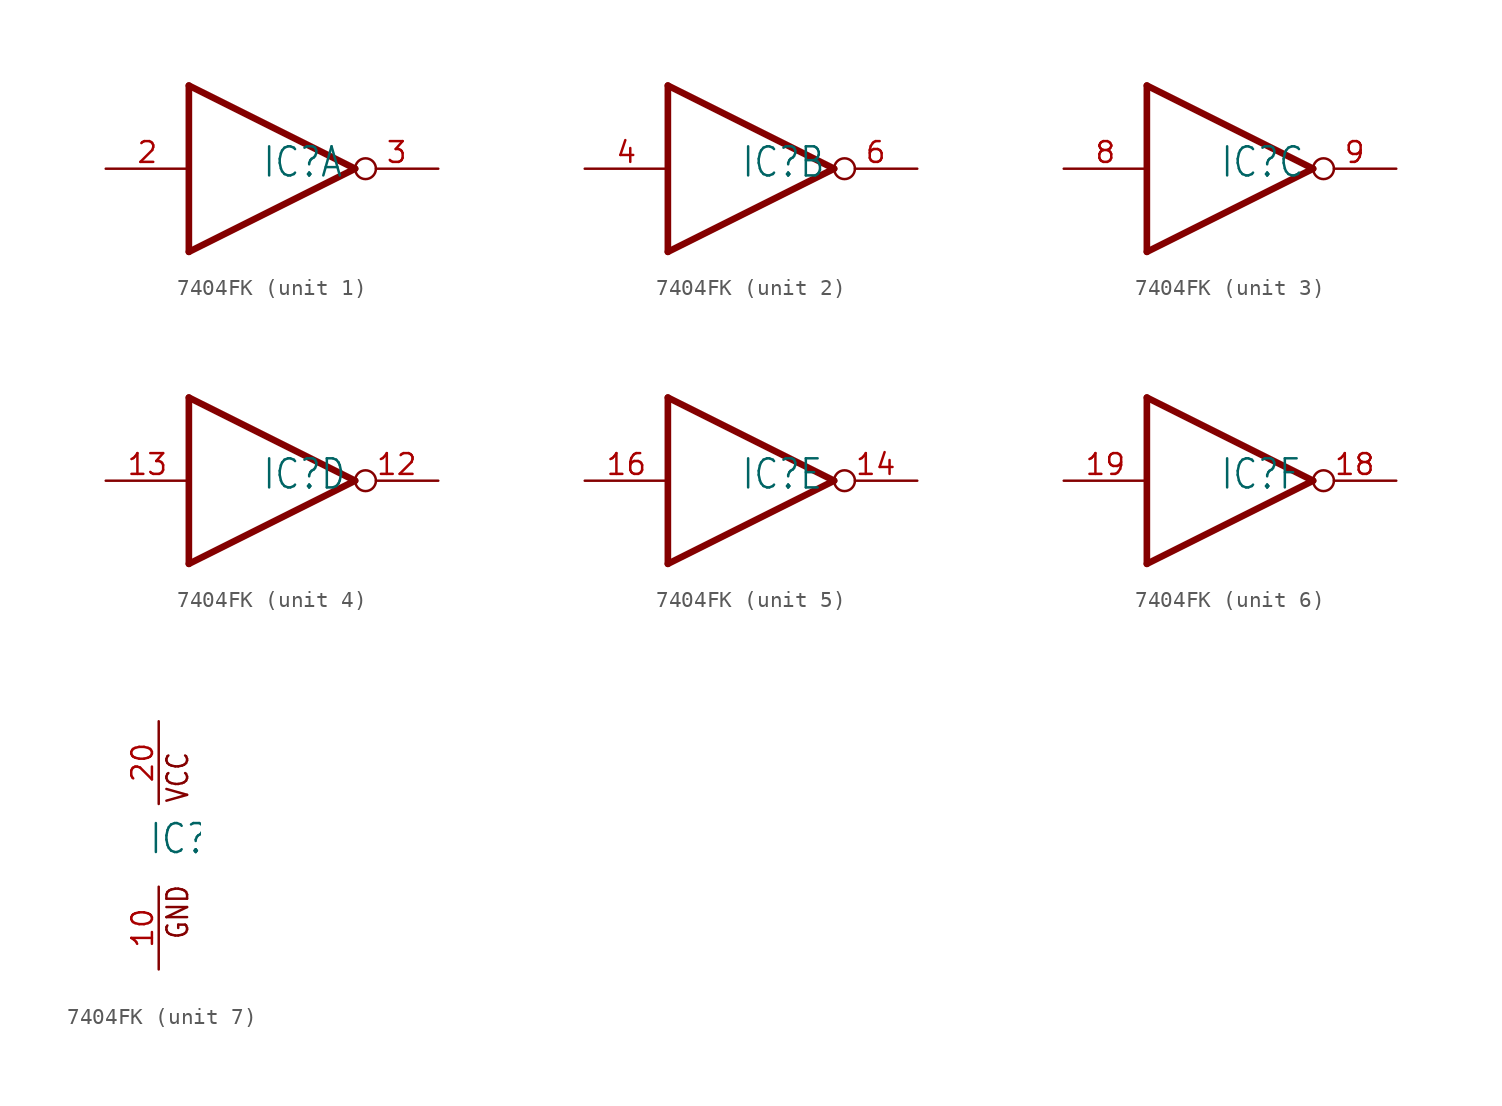
<source format=kicad_sym>
(kicad_symbol_lib
  (version 20211014)
  (generator kicad_symbol_editor)
  (symbol "7404FK"
    (property "Reference" "IC"
      (at -0.635 -0.635 0)
      (effects (font (size 1.778 1.511)) (justify left bottom)))
    (property "ki_locked" ""
      (at 0 0 0)
      (effects (font (size 1.27 1.27))))
    (symbol "7404FK_1_0"
      (polyline (pts (xy -5.08 -5.08) (xy -5.08 5.08)) (stroke (width 0.406) (type default) (color 0 0 0 0)) (fill (type none)))
      (polyline (pts (xy -5.08 5.08) (xy 5.08 0)) (stroke (width 0.406) (type default) (color 0 0 0 0)) (fill (type none)))
      (polyline (pts (xy 5.08 0) (xy -5.08 -5.08)) (stroke (width 0.406) (type default) (color 0 0 0 0)) (fill (type none)))
      (pin input line (at -10.16 0 0) (length 5.08) (name "I" (effects (font (size 0 0)))) (number "2" (effects (font (size 1.27 1.27)))))
      (pin output inverted (at 10.16 0 180) (length 5.08) (name "O" (effects (font (size 0 0)))) (number "3" (effects (font (size 1.27 1.27))))))
    (symbol "7404FK_2_0"
      (polyline (pts (xy -5.08 -5.08) (xy -5.08 5.08)) (stroke (width 0.406) (type default) (color 0 0 0 0)) (fill (type none)))
      (polyline (pts (xy -5.08 5.08) (xy 5.08 0)) (stroke (width 0.406) (type default) (color 0 0 0 0)) (fill (type none)))
      (polyline (pts (xy 5.08 0) (xy -5.08 -5.08)) (stroke (width 0.406) (type default) (color 0 0 0 0)) (fill (type none)))
      (pin input line (at -10.16 0 0) (length 5.08) (name "I" (effects (font (size 0 0)))) (number "4" (effects (font (size 1.27 1.27)))))
      (pin output inverted (at 10.16 0 180) (length 5.08) (name "O" (effects (font (size 0 0)))) (number "6" (effects (font (size 1.27 1.27))))))
    (symbol "7404FK_3_0"
      (polyline (pts (xy -5.08 -5.08) (xy -5.08 5.08)) (stroke (width 0.406) (type default) (color 0 0 0 0)) (fill (type none)))
      (polyline (pts (xy -5.08 5.08) (xy 5.08 0)) (stroke (width 0.406) (type default) (color 0 0 0 0)) (fill (type none)))
      (polyline (pts (xy 5.08 0) (xy -5.08 -5.08)) (stroke (width 0.406) (type default) (color 0 0 0 0)) (fill (type none)))
      (pin input line (at -10.16 0 0) (length 5.08) (name "I" (effects (font (size 0 0)))) (number "8" (effects (font (size 1.27 1.27)))))
      (pin output inverted (at 10.16 0 180) (length 5.08) (name "O" (effects (font (size 0 0)))) (number "9" (effects (font (size 1.27 1.27))))))
    (symbol "7404FK_4_0"
      (polyline (pts (xy -5.08 -5.08) (xy -5.08 5.08)) (stroke (width 0.406) (type default) (color 0 0 0 0)) (fill (type none)))
      (polyline (pts (xy -5.08 5.08) (xy 5.08 0)) (stroke (width 0.406) (type default) (color 0 0 0 0)) (fill (type none)))
      (polyline (pts (xy 5.08 0) (xy -5.08 -5.08)) (stroke (width 0.406) (type default) (color 0 0 0 0)) (fill (type none)))
      (pin output inverted (at 10.16 0 180) (length 5.08) (name "O" (effects (font (size 0 0)))) (number "12" (effects (font (size 1.27 1.27)))))
      (pin input line (at -10.16 0 0) (length 5.08) (name "I" (effects (font (size 0 0)))) (number "13" (effects (font (size 1.27 1.27))))))
    (symbol "7404FK_5_0"
      (polyline (pts (xy -5.08 -5.08) (xy -5.08 5.08)) (stroke (width 0.406) (type default) (color 0 0 0 0)) (fill (type none)))
      (polyline (pts (xy -5.08 5.08) (xy 5.08 0)) (stroke (width 0.406) (type default) (color 0 0 0 0)) (fill (type none)))
      (polyline (pts (xy 5.08 0) (xy -5.08 -5.08)) (stroke (width 0.406) (type default) (color 0 0 0 0)) (fill (type none)))
      (pin output inverted (at 10.16 0 180) (length 5.08) (name "O" (effects (font (size 0 0)))) (number "14" (effects (font (size 1.27 1.27)))))
      (pin input line (at -10.16 0 0) (length 5.08) (name "I" (effects (font (size 0 0)))) (number "16" (effects (font (size 1.27 1.27))))))
    (symbol "7404FK_6_0"
      (polyline (pts (xy -5.08 -5.08) (xy -5.08 5.08)) (stroke (width 0.406) (type default) (color 0 0 0 0)) (fill (type none)))
      (polyline (pts (xy -5.08 5.08) (xy 5.08 0)) (stroke (width 0.406) (type default) (color 0 0 0 0)) (fill (type none)))
      (polyline (pts (xy 5.08 0) (xy -5.08 -5.08)) (stroke (width 0.406) (type default) (color 0 0 0 0)) (fill (type none)))
      (pin output inverted (at 10.16 0 180) (length 5.08) (name "O" (effects (font (size 0 0)))) (number "18" (effects (font (size 1.27 1.27)))))
      (pin input line (at -10.16 0 0) (length 5.08) (name "I" (effects (font (size 0 0)))) (number "19" (effects (font (size 1.27 1.27))))))
    (symbol "7404FK_7_0"
      (text "GND" (at 1.905 -5.842 900) (effects (font (size 1.27 1.079)) (justify left bottom)))
      (text "VCC" (at 1.905 2.54 900) (effects (font (size 1.27 1.079)) (justify left bottom)))
      (pin power_in line (at 0 -7.62 90) (length 5.08) (name "GND" (effects (font (size 0 0)))) (number "10" (effects (font (size 1.27 1.27)))))
      (pin power_in line (at 0 7.62 270) (length 5.08) (name "VCC" (effects (font (size 0 0)))) (number "20" (effects (font (size 1.27 1.27))))))))
</source>
